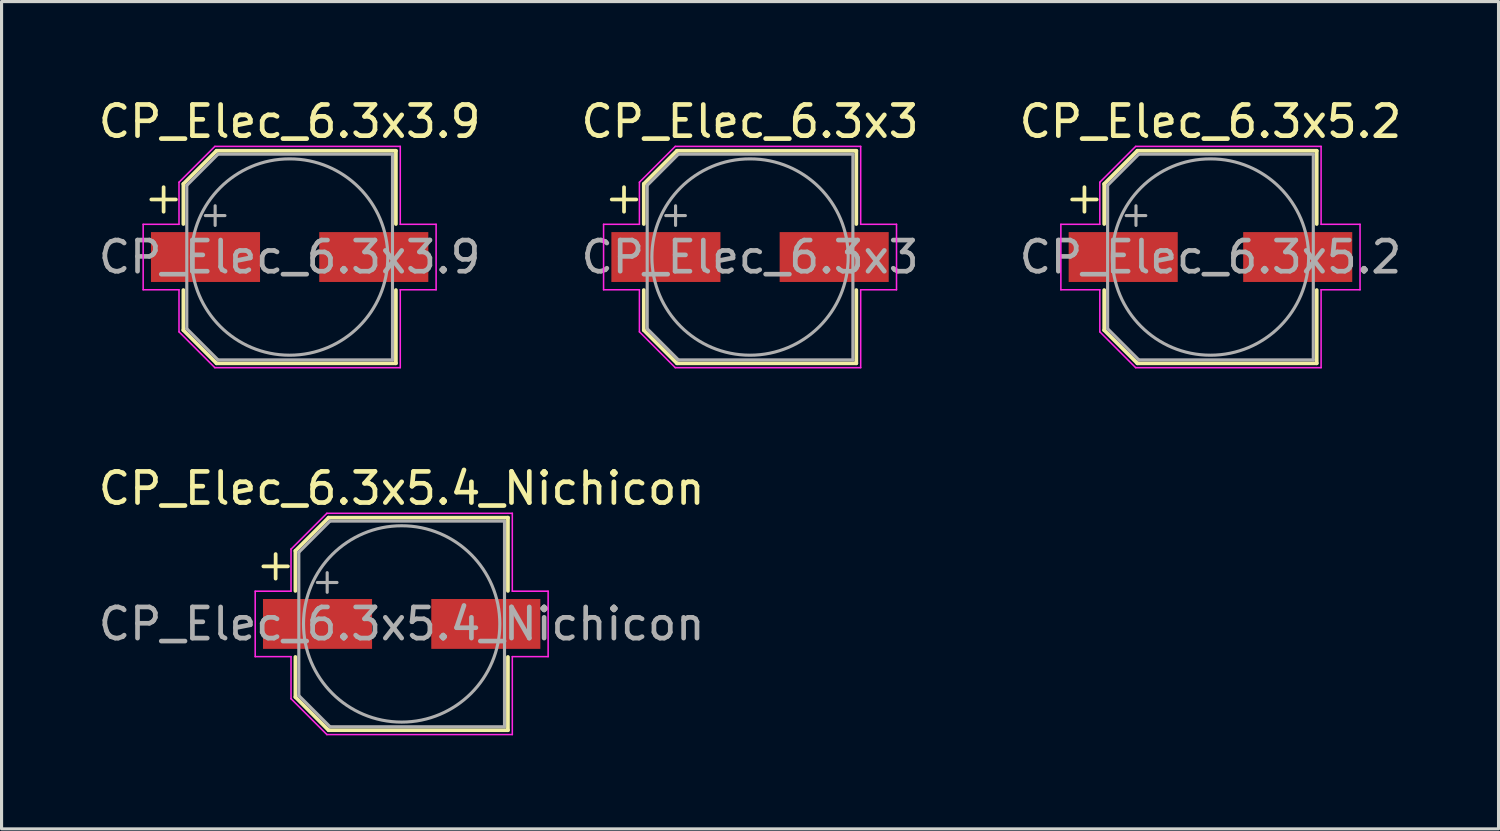
<source format=kicad_pcb>
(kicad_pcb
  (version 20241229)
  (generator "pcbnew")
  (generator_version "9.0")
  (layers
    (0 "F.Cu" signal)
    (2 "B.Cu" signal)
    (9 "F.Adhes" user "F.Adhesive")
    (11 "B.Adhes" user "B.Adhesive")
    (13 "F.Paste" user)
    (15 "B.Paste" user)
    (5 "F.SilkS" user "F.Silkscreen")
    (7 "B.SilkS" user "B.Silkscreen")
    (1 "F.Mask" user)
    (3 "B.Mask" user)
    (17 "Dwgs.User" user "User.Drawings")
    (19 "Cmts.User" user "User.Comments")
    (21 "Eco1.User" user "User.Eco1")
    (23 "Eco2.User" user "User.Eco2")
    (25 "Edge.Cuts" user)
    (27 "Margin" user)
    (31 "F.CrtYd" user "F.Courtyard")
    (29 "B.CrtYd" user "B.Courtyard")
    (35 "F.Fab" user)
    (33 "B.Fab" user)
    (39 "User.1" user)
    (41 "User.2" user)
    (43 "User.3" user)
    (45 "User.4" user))
  (footprint "CP_Elec_6.3x3.9"
    (layer "F.Cu")
    (at 6.244 5.198)
    (property "Reference" "CP_Elec_6.3x3.9" (at 0 -4.35 0) (layer "F.SilkS") (effects (font (size 1 1) (thickness 0.15))))
    (attr smd)
    (fp_line (start -4.438 -1.847) (end -3.65 -1.847) (stroke (width 0.12) (type solid)) (layer "F.SilkS"))
    (fp_line (start -4.044 -2.241) (end -4.044 -1.454) (stroke (width 0.12) (type solid)) (layer "F.SilkS"))
    (fp_line (start -3.41 -2.346) (end -3.41 -1.06) (stroke (width 0.12) (type solid)) (layer "F.SilkS"))
    (fp_line (start -3.41 -2.346) (end -2.346 -3.41) (stroke (width 0.12) (type solid)) (layer "F.SilkS"))
    (fp_line (start -3.41 2.346) (end -3.41 1.06) (stroke (width 0.12) (type solid)) (layer "F.SilkS"))
    (fp_line (start -3.41 2.346) (end -2.346 3.41) (stroke (width 0.12) (type solid)) (layer "F.SilkS"))
    (fp_line (start -2.346 -3.41) (end 3.41 -3.41) (stroke (width 0.12) (type solid)) (layer "F.SilkS"))
    (fp_line (start -2.346 3.41) (end 3.41 3.41) (stroke (width 0.12) (type solid)) (layer "F.SilkS"))
    (fp_line (start 3.41 -3.41) (end 3.41 -1.06) (stroke (width 0.12) (type solid)) (layer "F.SilkS"))
    (fp_line (start 3.41 3.41) (end 3.41 1.06) (stroke (width 0.12) (type solid)) (layer "F.SilkS"))
    (fp_line (start -4.7 -1.05) (end -4.7 1.05) (stroke (width 0.05) (type solid)) (layer "F.CrtYd"))
    (fp_line (start -4.7 1.05) (end -3.55 1.05) (stroke (width 0.05) (type solid)) (layer "F.CrtYd"))
    (fp_line (start -3.55 -2.4) (end -3.55 -1.05) (stroke (width 0.05) (type solid)) (layer "F.CrtYd"))
    (fp_line (start -3.55 -2.4) (end -2.4 -3.55) (stroke (width 0.05) (type solid)) (layer "F.CrtYd"))
    (fp_line (start -3.55 -1.05) (end -4.7 -1.05) (stroke (width 0.05) (type solid)) (layer "F.CrtYd"))
    (fp_line (start -3.55 1.05) (end -3.55 2.4) (stroke (width 0.05) (type solid)) (layer "F.CrtYd"))
    (fp_line (start -3.55 2.4) (end -2.4 3.55) (stroke (width 0.05) (type solid)) (layer "F.CrtYd"))
    (fp_line (start -2.4 -3.55) (end 3.55 -3.55) (stroke (width 0.05) (type solid)) (layer "F.CrtYd"))
    (fp_line (start -2.4 3.55) (end 3.55 3.55) (stroke (width 0.05) (type solid)) (layer "F.CrtYd"))
    (fp_line (start 3.55 -3.55) (end 3.55 -1.05) (stroke (width 0.05) (type solid)) (layer "F.CrtYd"))
    (fp_line (start 3.55 -1.05) (end 4.7 -1.05) (stroke (width 0.05) (type solid)) (layer "F.CrtYd"))
    (fp_line (start 3.55 1.05) (end 3.55 3.55) (stroke (width 0.05) (type solid)) (layer "F.CrtYd"))
    (fp_line (start 4.7 -1.05) (end 4.7 1.05) (stroke (width 0.05) (type solid)) (layer "F.CrtYd"))
    (fp_line (start 4.7 1.05) (end 3.55 1.05) (stroke (width 0.05) (type solid)) (layer "F.CrtYd"))
    (fp_line (start -3.3 -2.3) (end -3.3 2.3) (stroke (width 0.1) (type solid)) (layer "F.Fab"))
    (fp_line (start -3.3 -2.3) (end -2.3 -3.3) (stroke (width 0.1) (type solid)) (layer "F.Fab"))
    (fp_line (start -3.3 2.3) (end -2.3 3.3) (stroke (width 0.1) (type solid)) (layer "F.Fab"))
    (fp_line (start -2.705 -1.33) (end -2.075 -1.33) (stroke (width 0.1) (type solid)) (layer "F.Fab"))
    (fp_line (start -2.39 -1.645) (end -2.39 -1.015) (stroke (width 0.1) (type solid)) (layer "F.Fab"))
    (fp_line (start -2.3 -3.3) (end 3.3 -3.3) (stroke (width 0.1) (type solid)) (layer "F.Fab"))
    (fp_line (start -2.3 3.3) (end 3.3 3.3) (stroke (width 0.1) (type solid)) (layer "F.Fab"))
    (fp_line (start 3.3 -3.3) (end 3.3 3.3) (stroke (width 0.1) (type solid)) (layer "F.Fab"))
    (fp_circle (center 0 0) (end 3.15 0) (stroke (width 0.1) (type solid)) (fill no) (layer "F.Fab"))
    (fp_text user "${REFERENCE}" (at 0 0 0) (layer "F.Fab") (effects (font (size 1 1) (thickness 0.15))))
    (pad "1" smd rect (at -2.7 0) (size 3.5 1.6) (layers "F.Cu" "F.Mask" "F.Paste"))
    (pad "2" smd rect (at 2.7 0) (size 3.5 1.6) (layers "F.Cu" "F.Mask" "F.Paste")))
  (footprint "CP_Elec_6.3x3"
    (layer "F.Cu")
    (at 21.018 5.198)
    (property "Reference" "CP_Elec_6.3x3" (at 0 -4.35 0) (layer "F.SilkS") (effects (font (size 1 1) (thickness 0.15))))
    (attr smd)
    (fp_line (start -4.438 -1.847) (end -3.65 -1.847) (stroke (width 0.12) (type solid)) (layer "F.SilkS"))
    (fp_line (start -4.044 -2.241) (end -4.044 -1.454) (stroke (width 0.12) (type solid)) (layer "F.SilkS"))
    (fp_line (start -3.41 -2.346) (end -3.41 -1.06) (stroke (width 0.12) (type solid)) (layer "F.SilkS"))
    (fp_line (start -3.41 -2.346) (end -2.346 -3.41) (stroke (width 0.12) (type solid)) (layer "F.SilkS"))
    (fp_line (start -3.41 2.346) (end -3.41 1.06) (stroke (width 0.12) (type solid)) (layer "F.SilkS"))
    (fp_line (start -3.41 2.346) (end -2.346 3.41) (stroke (width 0.12) (type solid)) (layer "F.SilkS"))
    (fp_line (start -2.346 -3.41) (end 3.41 -3.41) (stroke (width 0.12) (type solid)) (layer "F.SilkS"))
    (fp_line (start -2.346 3.41) (end 3.41 3.41) (stroke (width 0.12) (type solid)) (layer "F.SilkS"))
    (fp_line (start 3.41 -3.41) (end 3.41 -1.06) (stroke (width 0.12) (type solid)) (layer "F.SilkS"))
    (fp_line (start 3.41 3.41) (end 3.41 1.06) (stroke (width 0.12) (type solid)) (layer "F.SilkS"))
    (fp_line (start -4.7 -1.05) (end -4.7 1.05) (stroke (width 0.05) (type solid)) (layer "F.CrtYd"))
    (fp_line (start -4.7 1.05) (end -3.55 1.05) (stroke (width 0.05) (type solid)) (layer "F.CrtYd"))
    (fp_line (start -3.55 -2.4) (end -3.55 -1.05) (stroke (width 0.05) (type solid)) (layer "F.CrtYd"))
    (fp_line (start -3.55 -2.4) (end -2.4 -3.55) (stroke (width 0.05) (type solid)) (layer "F.CrtYd"))
    (fp_line (start -3.55 -1.05) (end -4.7 -1.05) (stroke (width 0.05) (type solid)) (layer "F.CrtYd"))
    (fp_line (start -3.55 1.05) (end -3.55 2.4) (stroke (width 0.05) (type solid)) (layer "F.CrtYd"))
    (fp_line (start -3.55 2.4) (end -2.4 3.55) (stroke (width 0.05) (type solid)) (layer "F.CrtYd"))
    (fp_line (start -2.4 -3.55) (end 3.55 -3.55) (stroke (width 0.05) (type solid)) (layer "F.CrtYd"))
    (fp_line (start -2.4 3.55) (end 3.55 3.55) (stroke (width 0.05) (type solid)) (layer "F.CrtYd"))
    (fp_line (start 3.55 -3.55) (end 3.55 -1.05) (stroke (width 0.05) (type solid)) (layer "F.CrtYd"))
    (fp_line (start 3.55 -1.05) (end 4.7 -1.05) (stroke (width 0.05) (type solid)) (layer "F.CrtYd"))
    (fp_line (start 3.55 1.05) (end 3.55 3.55) (stroke (width 0.05) (type solid)) (layer "F.CrtYd"))
    (fp_line (start 4.7 -1.05) (end 4.7 1.05) (stroke (width 0.05) (type solid)) (layer "F.CrtYd"))
    (fp_line (start 4.7 1.05) (end 3.55 1.05) (stroke (width 0.05) (type solid)) (layer "F.CrtYd"))
    (fp_line (start -3.3 -2.3) (end -3.3 2.3) (stroke (width 0.1) (type solid)) (layer "F.Fab"))
    (fp_line (start -3.3 -2.3) (end -2.3 -3.3) (stroke (width 0.1) (type solid)) (layer "F.Fab"))
    (fp_line (start -3.3 2.3) (end -2.3 3.3) (stroke (width 0.1) (type solid)) (layer "F.Fab"))
    (fp_line (start -2.705 -1.33) (end -2.075 -1.33) (stroke (width 0.1) (type solid)) (layer "F.Fab"))
    (fp_line (start -2.39 -1.645) (end -2.39 -1.015) (stroke (width 0.1) (type solid)) (layer "F.Fab"))
    (fp_line (start -2.3 -3.3) (end 3.3 -3.3) (stroke (width 0.1) (type solid)) (layer "F.Fab"))
    (fp_line (start -2.3 3.3) (end 3.3 3.3) (stroke (width 0.1) (type solid)) (layer "F.Fab"))
    (fp_line (start 3.3 -3.3) (end 3.3 3.3) (stroke (width 0.1) (type solid)) (layer "F.Fab"))
    (fp_circle (center 0 0) (end 3.15 0) (stroke (width 0.1) (type solid)) (fill no) (layer "F.Fab"))
    (fp_text user "${REFERENCE}" (at 0 0 0) (layer "F.Fab") (effects (font (size 1 1) (thickness 0.15))))
    (pad "1" smd rect (at -2.7 0) (size 3.5 1.6) (layers "F.Cu" "F.Mask" "F.Paste"))
    (pad "2" smd rect (at 2.7 0) (size 3.5 1.6) (layers "F.Cu" "F.Mask" "F.Paste")))
  (footprint "CP_Elec_6.3x5.2"
    (layer "F.Cu")
    (at 35.792 5.198)
    (property "Reference" "CP_Elec_6.3x5.2" (at 0 -4.35 0) (layer "F.SilkS") (effects (font (size 1 1) (thickness 0.15))))
    (attr smd)
    (fp_line (start -4.438 -1.847) (end -3.65 -1.847) (stroke (width 0.12) (type solid)) (layer "F.SilkS"))
    (fp_line (start -4.044 -2.241) (end -4.044 -1.454) (stroke (width 0.12) (type solid)) (layer "F.SilkS"))
    (fp_line (start -3.41 -2.346) (end -3.41 -1.06) (stroke (width 0.12) (type solid)) (layer "F.SilkS"))
    (fp_line (start -3.41 -2.346) (end -2.346 -3.41) (stroke (width 0.12) (type solid)) (layer "F.SilkS"))
    (fp_line (start -3.41 2.346) (end -3.41 1.06) (stroke (width 0.12) (type solid)) (layer "F.SilkS"))
    (fp_line (start -3.41 2.346) (end -2.346 3.41) (stroke (width 0.12) (type solid)) (layer "F.SilkS"))
    (fp_line (start -2.346 -3.41) (end 3.41 -3.41) (stroke (width 0.12) (type solid)) (layer "F.SilkS"))
    (fp_line (start -2.346 3.41) (end 3.41 3.41) (stroke (width 0.12) (type solid)) (layer "F.SilkS"))
    (fp_line (start 3.41 -3.41) (end 3.41 -1.06) (stroke (width 0.12) (type solid)) (layer "F.SilkS"))
    (fp_line (start 3.41 3.41) (end 3.41 1.06) (stroke (width 0.12) (type solid)) (layer "F.SilkS"))
    (fp_line (start -4.8 -1.05) (end -4.8 1.05) (stroke (width 0.05) (type solid)) (layer "F.CrtYd"))
    (fp_line (start -4.8 1.05) (end -3.55 1.05) (stroke (width 0.05) (type solid)) (layer "F.CrtYd"))
    (fp_line (start -3.55 -2.4) (end -3.55 -1.05) (stroke (width 0.05) (type solid)) (layer "F.CrtYd"))
    (fp_line (start -3.55 -2.4) (end -2.4 -3.55) (stroke (width 0.05) (type solid)) (layer "F.CrtYd"))
    (fp_line (start -3.55 -1.05) (end -4.8 -1.05) (stroke (width 0.05) (type solid)) (layer "F.CrtYd"))
    (fp_line (start -3.55 1.05) (end -3.55 2.4) (stroke (width 0.05) (type solid)) (layer "F.CrtYd"))
    (fp_line (start -3.55 2.4) (end -2.4 3.55) (stroke (width 0.05) (type solid)) (layer "F.CrtYd"))
    (fp_line (start -2.4 -3.55) (end 3.55 -3.55) (stroke (width 0.05) (type solid)) (layer "F.CrtYd"))
    (fp_line (start -2.4 3.55) (end 3.55 3.55) (stroke (width 0.05) (type solid)) (layer "F.CrtYd"))
    (fp_line (start 3.55 -3.55) (end 3.55 -1.05) (stroke (width 0.05) (type solid)) (layer "F.CrtYd"))
    (fp_line (start 3.55 -1.05) (end 4.8 -1.05) (stroke (width 0.05) (type solid)) (layer "F.CrtYd"))
    (fp_line (start 3.55 1.05) (end 3.55 3.55) (stroke (width 0.05) (type solid)) (layer "F.CrtYd"))
    (fp_line (start 4.8 -1.05) (end 4.8 1.05) (stroke (width 0.05) (type solid)) (layer "F.CrtYd"))
    (fp_line (start 4.8 1.05) (end 3.55 1.05) (stroke (width 0.05) (type solid)) (layer "F.CrtYd"))
    (fp_line (start -3.3 -2.3) (end -3.3 2.3) (stroke (width 0.1) (type solid)) (layer "F.Fab"))
    (fp_line (start -3.3 -2.3) (end -2.3 -3.3) (stroke (width 0.1) (type solid)) (layer "F.Fab"))
    (fp_line (start -3.3 2.3) (end -2.3 3.3) (stroke (width 0.1) (type solid)) (layer "F.Fab"))
    (fp_line (start -2.705 -1.33) (end -2.075 -1.33) (stroke (width 0.1) (type solid)) (layer "F.Fab"))
    (fp_line (start -2.39 -1.645) (end -2.39 -1.015) (stroke (width 0.1) (type solid)) (layer "F.Fab"))
    (fp_line (start -2.3 -3.3) (end 3.3 -3.3) (stroke (width 0.1) (type solid)) (layer "F.Fab"))
    (fp_line (start -2.3 3.3) (end 3.3 3.3) (stroke (width 0.1) (type solid)) (layer "F.Fab"))
    (fp_line (start 3.3 -3.3) (end 3.3 3.3) (stroke (width 0.1) (type solid)) (layer "F.Fab"))
    (fp_circle (center 0 0) (end 3.15 0) (stroke (width 0.1) (type solid)) (fill no) (layer "F.Fab"))
    (fp_text user "${REFERENCE}" (at 0 0 0) (layer "F.Fab") (effects (font (size 1 1) (thickness 0.15))))
    (pad "1" smd rect (at -2.8 0) (size 3.5 1.6) (layers "F.Cu" "F.Mask" "F.Paste"))
    (pad "2" smd rect (at 2.8 0) (size 3.5 1.6) (layers "F.Cu" "F.Mask" "F.Paste")))
  (footprint "CP_Elec_6.3x5.4_Nichicon"
    (layer "F.Cu")
    (at 9.839 16.971)
    (property "Reference" "CP_Elec_6.3x5.4_Nichicon" (at 0 -4.35 0) (layer "F.SilkS") (effects (font (size 1 1) (thickness 0.15))))
    (attr smd)
    (fp_line (start -4.438 -1.847) (end -3.65 -1.847) (stroke (width 0.12) (type solid)) (layer "F.SilkS"))
    (fp_line (start -4.044 -2.241) (end -4.044 -1.454) (stroke (width 0.12) (type solid)) (layer "F.SilkS"))
    (fp_line (start -3.41 -2.346) (end -3.41 -1.06) (stroke (width 0.12) (type solid)) (layer "F.SilkS"))
    (fp_line (start -3.41 -2.346) (end -2.346 -3.41) (stroke (width 0.12) (type solid)) (layer "F.SilkS"))
    (fp_line (start -3.41 2.346) (end -3.41 1.06) (stroke (width 0.12) (type solid)) (layer "F.SilkS"))
    (fp_line (start -3.41 2.346) (end -2.346 3.41) (stroke (width 0.12) (type solid)) (layer "F.SilkS"))
    (fp_line (start -2.346 -3.41) (end 3.41 -3.41) (stroke (width 0.12) (type solid)) (layer "F.SilkS"))
    (fp_line (start -2.346 3.41) (end 3.41 3.41) (stroke (width 0.12) (type solid)) (layer "F.SilkS"))
    (fp_line (start 3.41 -3.41) (end 3.41 -1.06) (stroke (width 0.12) (type solid)) (layer "F.SilkS"))
    (fp_line (start 3.41 3.41) (end 3.41 1.06) (stroke (width 0.12) (type solid)) (layer "F.SilkS"))
    (fp_line (start -4.7 -1.05) (end -4.7 1.05) (stroke (width 0.05) (type solid)) (layer "F.CrtYd"))
    (fp_line (start -4.7 1.05) (end -3.55 1.05) (stroke (width 0.05) (type solid)) (layer "F.CrtYd"))
    (fp_line (start -3.55 -2.4) (end -3.55 -1.05) (stroke (width 0.05) (type solid)) (layer "F.CrtYd"))
    (fp_line (start -3.55 -2.4) (end -2.4 -3.55) (stroke (width 0.05) (type solid)) (layer "F.CrtYd"))
    (fp_line (start -3.55 -1.05) (end -4.7 -1.05) (stroke (width 0.05) (type solid)) (layer "F.CrtYd"))
    (fp_line (start -3.55 1.05) (end -3.55 2.4) (stroke (width 0.05) (type solid)) (layer "F.CrtYd"))
    (fp_line (start -3.55 2.4) (end -2.4 3.55) (stroke (width 0.05) (type solid)) (layer "F.CrtYd"))
    (fp_line (start -2.4 -3.55) (end 3.55 -3.55) (stroke (width 0.05) (type solid)) (layer "F.CrtYd"))
    (fp_line (start -2.4 3.55) (end 3.55 3.55) (stroke (width 0.05) (type solid)) (layer "F.CrtYd"))
    (fp_line (start 3.55 -3.55) (end 3.55 -1.05) (stroke (width 0.05) (type solid)) (layer "F.CrtYd"))
    (fp_line (start 3.55 -1.05) (end 4.7 -1.05) (stroke (width 0.05) (type solid)) (layer "F.CrtYd"))
    (fp_line (start 3.55 1.05) (end 3.55 3.55) (stroke (width 0.05) (type solid)) (layer "F.CrtYd"))
    (fp_line (start 4.7 -1.05) (end 4.7 1.05) (stroke (width 0.05) (type solid)) (layer "F.CrtYd"))
    (fp_line (start 4.7 1.05) (end 3.55 1.05) (stroke (width 0.05) (type solid)) (layer "F.CrtYd"))
    (fp_line (start -3.3 -2.3) (end -3.3 2.3) (stroke (width 0.1) (type solid)) (layer "F.Fab"))
    (fp_line (start -3.3 -2.3) (end -2.3 -3.3) (stroke (width 0.1) (type solid)) (layer "F.Fab"))
    (fp_line (start -3.3 2.3) (end -2.3 3.3) (stroke (width 0.1) (type solid)) (layer "F.Fab"))
    (fp_line (start -2.705 -1.33) (end -2.075 -1.33) (stroke (width 0.1) (type solid)) (layer "F.Fab"))
    (fp_line (start -2.39 -1.645) (end -2.39 -1.015) (stroke (width 0.1) (type solid)) (layer "F.Fab"))
    (fp_line (start -2.3 -3.3) (end 3.3 -3.3) (stroke (width 0.1) (type solid)) (layer "F.Fab"))
    (fp_line (start -2.3 3.3) (end 3.3 3.3) (stroke (width 0.1) (type solid)) (layer "F.Fab"))
    (fp_line (start 3.3 -3.3) (end 3.3 3.3) (stroke (width 0.1) (type solid)) (layer "F.Fab"))
    (fp_circle (center 0 0) (end 3.15 0) (stroke (width 0.1) (type solid)) (fill no) (layer "F.Fab"))
    (fp_text user "${REFERENCE}" (at 0 0 0) (layer "F.Fab") (effects (font (size 1 1) (thickness 0.15))))
    (pad "1" smd rect (at -2.7 0) (size 3.5 1.6) (layers "F.Cu" "F.Mask" "F.Paste"))
    (pad "2" smd rect (at 2.7 0) (size 3.5 1.6) (layers "F.Cu" "F.Mask" "F.Paste")))
  (gr_rect
    (start -3 -3)
    (end 45.036 23.547)
    (stroke (width 0.1) (type default))
    (fill no)
    (layer "Edge.Cuts")))
</source>
